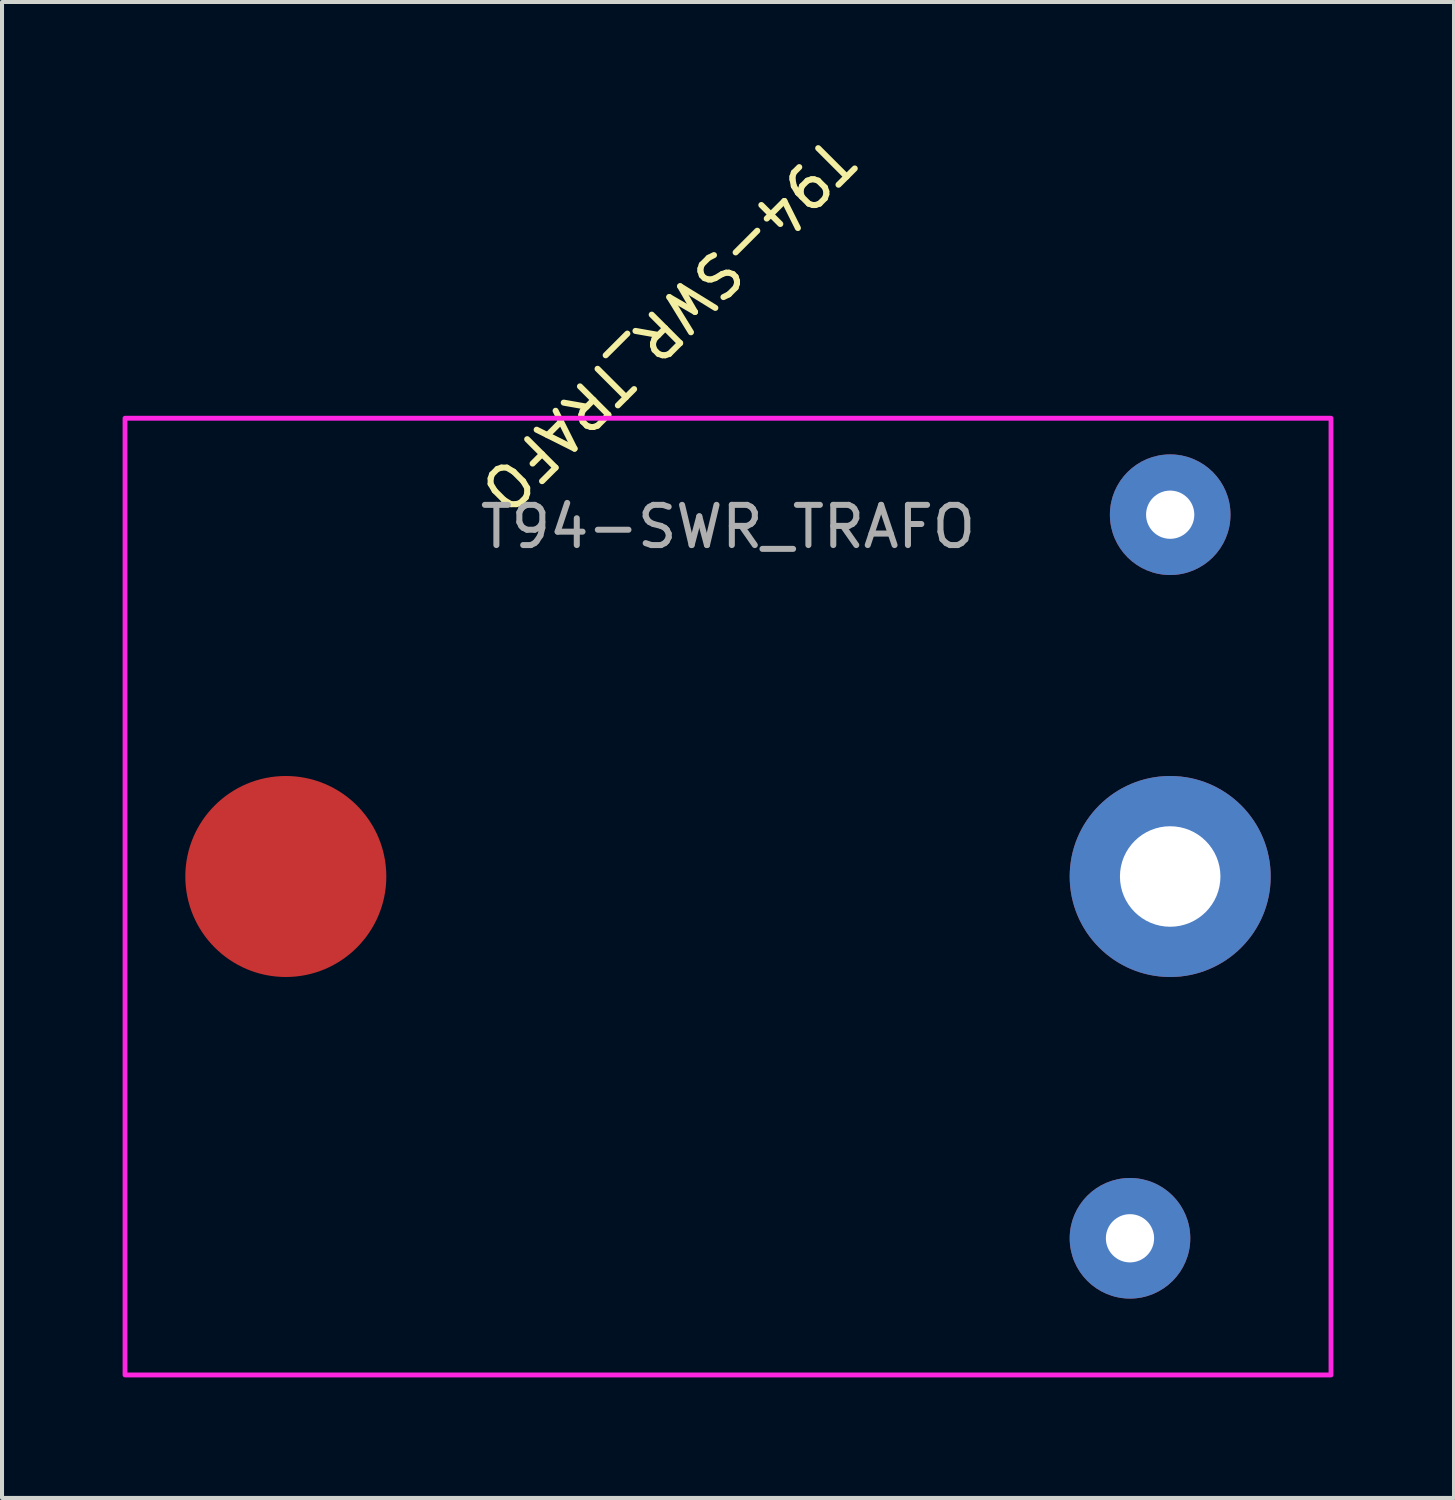
<source format=kicad_pcb>
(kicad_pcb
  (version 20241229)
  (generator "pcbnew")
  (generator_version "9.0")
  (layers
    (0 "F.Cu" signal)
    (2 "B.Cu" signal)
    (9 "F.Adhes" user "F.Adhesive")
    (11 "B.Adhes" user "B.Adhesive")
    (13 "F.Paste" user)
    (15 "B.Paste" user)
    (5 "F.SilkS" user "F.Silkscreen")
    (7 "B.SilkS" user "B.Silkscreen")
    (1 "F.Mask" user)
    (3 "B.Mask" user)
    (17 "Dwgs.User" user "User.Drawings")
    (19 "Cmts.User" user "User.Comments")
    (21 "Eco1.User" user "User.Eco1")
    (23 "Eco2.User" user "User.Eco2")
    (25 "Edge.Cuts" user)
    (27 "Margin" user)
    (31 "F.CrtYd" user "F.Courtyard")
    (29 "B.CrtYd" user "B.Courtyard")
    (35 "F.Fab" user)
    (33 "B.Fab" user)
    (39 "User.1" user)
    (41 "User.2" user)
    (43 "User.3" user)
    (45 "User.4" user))
  (footprint "T94-SWR_TRAFO"
    (layer "F.Cu")
    (at 15.06 18.754)
    (property "Reference" "T94-SWR_TRAFO" (at -1.509 -13.722 225) (unlocked yes) (layer "F.SilkS") (effects (font (size 1 1) (thickness 0.15))))
    (fp_poly (pts (xy -15 -11.4) (xy 15 -11.4) (xy 15 12.4) (xy -15 12.4)) (stroke (width 0.12) (type default)) (fill no) (layer "F.CrtYd"))
    (fp_text user "${REFERENCE}" (at 0 -8.7 0) (unlocked yes) (layer "F.Fab") (effects (font (size 1 1) (thickness 0.15))))
    (pad "1" thru_hole circle (at 11 0) (size 5 5) (drill 2.5) (layers "*.Cu" "*.Mask"))
    (pad "2" smd circle (at -11 0) (size 5 5) (layers "F.Cu" "F.Mask" "F.Paste"))
    (pad "3" thru_hole circle (at 10 9) (size 3 3) (drill 1.2) (layers "*.Cu" "*.Mask"))
    (pad "4" thru_hole circle (at 11 -9) (size 3 3) (drill 1.2) (layers "*.Cu" "*.Mask")))
  (gr_rect
    (start -3 -3)
    (end 33.12 34.214)
    (stroke (width 0.1) (type default))
    (fill no)
    (layer "Edge.Cuts")))
</source>
